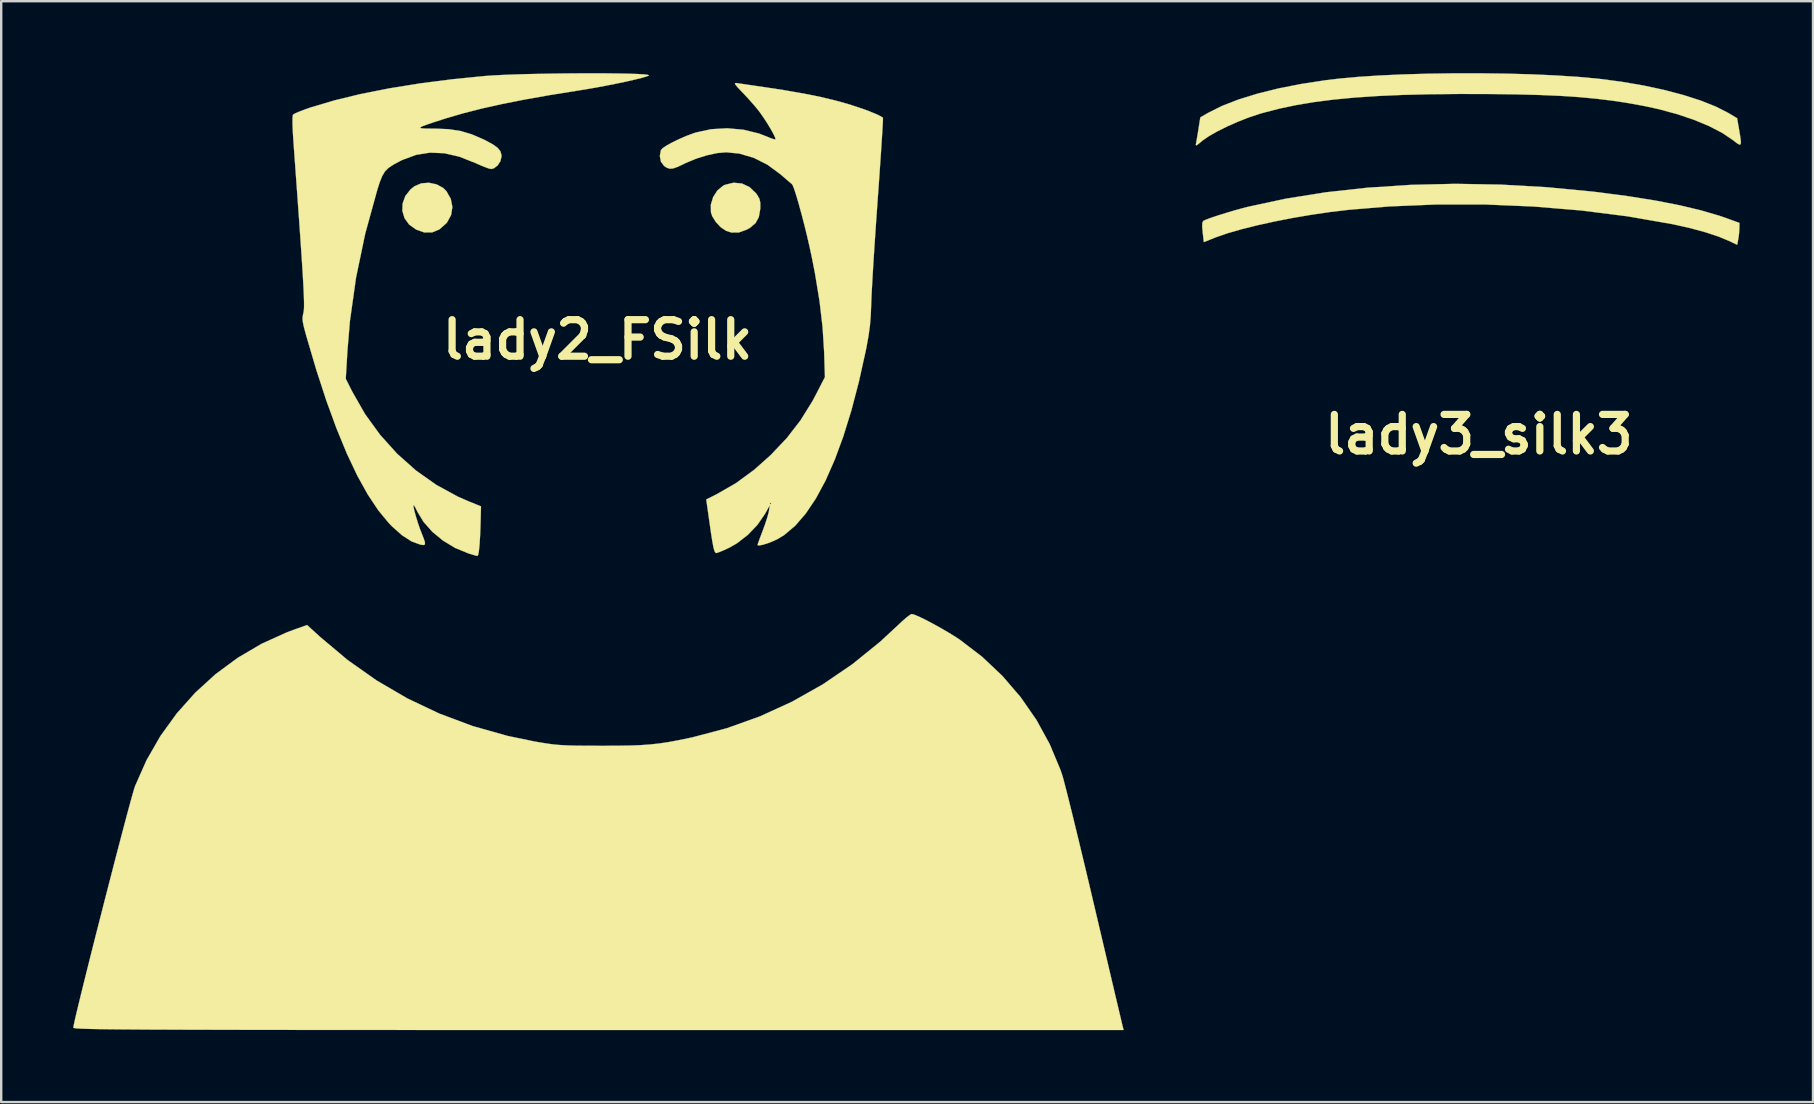
<source format=kicad_pcb>
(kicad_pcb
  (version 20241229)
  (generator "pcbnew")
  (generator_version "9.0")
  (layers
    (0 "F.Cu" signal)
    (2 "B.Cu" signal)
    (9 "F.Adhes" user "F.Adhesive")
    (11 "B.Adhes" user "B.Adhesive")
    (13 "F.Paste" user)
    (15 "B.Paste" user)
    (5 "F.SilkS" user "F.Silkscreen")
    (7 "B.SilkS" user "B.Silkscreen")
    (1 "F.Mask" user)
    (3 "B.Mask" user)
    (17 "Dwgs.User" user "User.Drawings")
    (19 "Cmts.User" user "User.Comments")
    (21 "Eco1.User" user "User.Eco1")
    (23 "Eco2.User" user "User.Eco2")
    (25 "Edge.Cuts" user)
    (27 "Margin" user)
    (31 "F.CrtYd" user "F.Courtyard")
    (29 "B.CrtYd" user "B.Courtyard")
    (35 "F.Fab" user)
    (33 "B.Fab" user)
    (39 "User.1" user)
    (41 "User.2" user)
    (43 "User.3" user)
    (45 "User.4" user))
  (footprint "lady2_FSilk"
    (layer "F.Cu")
    (at 21.849 11.105)
    (property "Reference" "lady2_FSilk" (at 0 0 0) (layer "F.SilkS") (effects (font (size 1.524 1.524) (thickness 0.3))))
    (attr through_hole)
    (fp_poly (pts (xy -6.708 -6.473) (xy -6.432 -6.323) (xy -6.297 -6.19) (xy -6.115 -5.869) (xy -6.049 -5.531) (xy -6.1 -5.199) (xy -6.266 -4.893) (xy -6.305 -4.847) (xy -6.589 -4.596) (xy -6.894 -4.47) (xy -7.22 -4.469) (xy -7.558 -4.588) (xy -7.849 -4.796) (xy -8.041 -5.062) (xy -8.132 -5.364) (xy -8.121 -5.679) (xy -8.009 -5.985) (xy -7.794 -6.261) (xy -7.625 -6.396) (xy -7.343 -6.515) (xy -7.025 -6.539) (xy -6.708 -6.473)) (stroke (width 0.01) (type solid)) (fill yes) (layer "F.SilkS"))
    (fp_poly (pts (xy 6.019 -6.508) (xy 6.336 -6.358) (xy 6.607 -6.098) (xy 6.656 -6.031) (xy 6.745 -5.874) (xy 6.783 -5.713) (xy 6.783 -5.494) (xy 6.78 -5.444) (xy 6.722 -5.111) (xy 6.588 -4.862) (xy 6.36 -4.666) (xy 6.222 -4.588) (xy 5.89 -4.468) (xy 5.581 -4.466) (xy 5.365 -4.533) (xy 5.141 -4.68) (xy 4.934 -4.898) (xy 4.781 -5.143) (xy 4.726 -5.307) (xy 4.722 -5.628) (xy 4.818 -5.943) (xy 4.994 -6.217) (xy 5.234 -6.415) (xy 5.311 -6.453) (xy 5.671 -6.541) (xy 6.019 -6.508)) (stroke (width 0.01) (type solid)) (fill yes) (layer "F.SilkS"))
    (fp_poly (pts (xy 13.21 11.462) (xy 13.412 11.548) (xy 13.678 11.678) (xy 13.984 11.839) (xy 14.309 12.019) (xy 14.63 12.206) (xy 14.926 12.389) (xy 15.1 12.504) (xy 16.029 13.215) (xy 16.875 14.015) (xy 17.631 14.896) (xy 18.291 15.847) (xy 18.845 16.858) (xy 19.288 17.92) (xy 19.36 18.129) (xy 19.405 18.282) (xy 19.475 18.548) (xy 19.57 18.915) (xy 19.685 19.374) (xy 19.818 19.913) (xy 19.966 20.521) (xy 20.127 21.188) (xy 20.299 21.903) (xy 20.478 22.654) (xy 20.661 23.431) (xy 20.691 23.558) (xy 20.872 24.327) (xy 21.045 25.062) (xy 21.208 25.754) (xy 21.358 26.394) (xy 21.494 26.971) (xy 21.613 27.476) (xy 21.713 27.899) (xy 21.792 28.231) (xy 21.846 28.461) (xy 21.874 28.58) (xy 21.877 28.591) (xy 21.921 28.765) (xy 0.039 28.765) (xy -1.954 28.765) (xy -3.823 28.765) (xy -5.573 28.765) (xy -7.208 28.765) (xy -8.731 28.764) (xy -10.146 28.764) (xy -11.457 28.763) (xy -12.669 28.762) (xy -13.784 28.76) (xy -14.807 28.759) (xy -15.742 28.757) (xy -16.592 28.755) (xy -17.361 28.753) (xy -18.053 28.75) (xy -18.673 28.748) (xy -19.223 28.744) (xy -19.708 28.741) (xy -20.132 28.737) (xy -20.498 28.733) (xy -20.811 28.728) (xy -21.073 28.723) (xy -21.29 28.717) (xy -21.465 28.711) (xy -21.601 28.705) (xy -21.703 28.698) (xy -21.774 28.69) (xy -21.818 28.682) (xy -21.84 28.674) (xy -21.844 28.668) (xy -21.828 28.572) (xy -21.783 28.364) (xy -21.712 28.057) (xy -21.617 27.662) (xy -21.502 27.189) (xy -21.369 26.652) (xy -21.221 26.061) (xy -21.062 25.427) (xy -20.894 24.763) (xy -20.72 24.08) (xy -20.544 23.39) (xy -20.367 22.703) (xy -20.194 22.032) (xy -20.027 21.387) (xy -19.868 20.782) (xy -19.722 20.226) (xy -19.59 19.731) (xy -19.476 19.31) (xy -19.383 18.974) (xy -19.313 18.733) (xy -19.27 18.6) (xy -19.27 18.6) (xy -18.794 17.526) (xy -18.214 16.516) (xy -17.536 15.577) (xy -16.768 14.715) (xy -15.918 13.939) (xy -14.992 13.256) (xy -13.999 12.672) (xy -12.945 12.195) (xy -12.671 12.093) (xy -12.102 11.89) (xy -11.56 12.385) (xy -10.414 13.348) (xy -9.203 14.202) (xy -7.929 14.946) (xy -6.593 15.58) (xy -5.198 16.102) (xy -3.746 16.511) (xy -2.631 16.742) (xy -2.324 16.795) (xy -2.059 16.836) (xy -1.813 16.868) (xy -1.565 16.89) (xy -1.29 16.905) (xy -0.968 16.915) (xy -0.575 16.919) (xy -0.088 16.921) (xy 0.191 16.922) (xy 0.819 16.92) (xy 1.346 16.912) (xy 1.798 16.895) (xy 2.202 16.866) (xy 2.582 16.825) (xy 2.965 16.767) (xy 3.376 16.69) (xy 3.843 16.593) (xy 3.969 16.566) (xy 5.391 16.19) (xy 6.773 15.695) (xy 8.108 15.084) (xy 9.391 14.36) (xy 10.616 13.526) (xy 11.779 12.585) (xy 12.483 11.932) (xy 12.697 11.731) (xy 12.886 11.568) (xy 13.027 11.462) (xy 13.094 11.43) (xy 13.21 11.462)) (stroke (width 0.01) (type solid)) (fill yes) (layer "F.SilkS"))
    (fp_poly (pts (xy 5.788 -10.694) (xy 5.903 -10.677) (xy 6.116 -10.646) (xy 6.401 -10.604) (xy 6.731 -10.556) (xy 6.858 -10.538) (xy 7.777 -10.398) (xy 8.587 -10.257) (xy 9.305 -10.112) (xy 9.949 -9.957) (xy 10.537 -9.791) (xy 11.086 -9.607) (xy 11.349 -9.509) (xy 11.585 -9.412) (xy 11.772 -9.324) (xy 11.879 -9.259) (xy 11.894 -9.242) (xy 11.894 -9.167) (xy 11.885 -8.979) (xy 11.868 -8.687) (xy 11.844 -8.304) (xy 11.814 -7.843) (xy 11.778 -7.314) (xy 11.738 -6.731) (xy 11.693 -6.104) (xy 11.672 -5.81) (xy 11.624 -5.132) (xy 11.578 -4.461) (xy 11.535 -3.816) (xy 11.497 -3.211) (xy 11.463 -2.664) (xy 11.437 -2.191) (xy 11.417 -1.809) (xy 11.406 -1.533) (xy 11.405 -1.492) (xy 11.386 -1.009) (xy 11.351 -0.583) (xy 11.293 -0.161) (xy 11.207 0.315) (xy 11.181 0.445) (xy 10.892 1.748) (xy 10.579 2.945) (xy 10.242 4.032) (xy 9.882 5.008) (xy 9.501 5.871) (xy 9.099 6.617) (xy 8.677 7.245) (xy 8.237 7.753) (xy 7.78 8.139) (xy 7.513 8.302) (xy 7.302 8.402) (xy 7.081 8.487) (xy 6.882 8.547) (xy 6.735 8.575) (xy 6.669 8.56) (xy 6.668 8.554) (xy 6.689 8.485) (xy 6.746 8.324) (xy 6.83 8.101) (xy 6.884 7.96) (xy 6.986 7.68) (xy 7.073 7.413) (xy 7.13 7.203) (xy 7.142 7.144) (xy 7.183 6.89) (xy 6.973 7.267) (xy 6.664 7.716) (xy 6.265 8.132) (xy 5.814 8.482) (xy 5.512 8.656) (xy 5.281 8.765) (xy 5.086 8.846) (xy 4.961 8.888) (xy 4.943 8.89) (xy 4.903 8.865) (xy 4.865 8.781) (xy 4.825 8.622) (xy 4.779 8.375) (xy 4.725 8.025) (xy 4.689 7.774) (xy 4.555 6.826) (xy 7.176 6.826) (xy 7.207 6.858) (xy 7.239 6.826) (xy 7.207 6.795) (xy 7.176 6.826) (xy 4.555 6.826) (xy 4.531 6.658) (xy 4.98 6.432) (xy 5.768 5.978) (xy 6.529 5.42) (xy 7.214 4.81) (xy 7.887 4.1) (xy 8.459 3.361) (xy 8.956 2.56) (xy 9.119 2.254) (xy 9.477 1.556) (xy 9.443 0.508) (xy 9.379 -0.513) (xy 9.253 -1.597) (xy 9.062 -2.76) (xy 8.918 -3.493) (xy 8.824 -3.924) (xy 8.72 -4.373) (xy 8.609 -4.821) (xy 8.497 -5.251) (xy 8.39 -5.643) (xy 8.291 -5.981) (xy 8.206 -6.246) (xy 8.14 -6.419) (xy 8.103 -6.481) (xy 8.025 -6.546) (xy 7.878 -6.671) (xy 7.69 -6.834) (xy 7.62 -6.895) (xy 7.079 -7.293) (xy 6.503 -7.582) (xy 5.907 -7.756) (xy 5.36 -7.81) (xy 4.988 -7.777) (xy 4.556 -7.683) (xy 4.105 -7.542) (xy 3.681 -7.365) (xy 3.628 -7.339) (xy 3.35 -7.206) (xy 3.152 -7.136) (xy 3.003 -7.126) (xy 2.875 -7.171) (xy 2.771 -7.244) (xy 2.641 -7.42) (xy 2.597 -7.657) (xy 2.643 -7.904) (xy 2.723 -7.988) (xy 2.898 -8.102) (xy 3.14 -8.234) (xy 3.426 -8.371) (xy 3.729 -8.501) (xy 4.024 -8.609) (xy 4.096 -8.633) (xy 4.734 -8.771) (xy 5.407 -8.81) (xy 6.081 -8.749) (xy 6.723 -8.593) (xy 7.031 -8.474) (xy 7.222 -8.396) (xy 7.362 -8.35) (xy 7.415 -8.346) (xy 7.404 -8.417) (xy 7.334 -8.567) (xy 7.221 -8.772) (xy 7.08 -9.007) (xy 6.924 -9.247) (xy 6.769 -9.468) (xy 6.686 -9.577) (xy 6.493 -9.807) (xy 6.259 -10.07) (xy 6.031 -10.314) (xy 6.018 -10.327) (xy 5.839 -10.515) (xy 5.745 -10.63) (xy 5.725 -10.685) (xy 5.771 -10.696) (xy 5.788 -10.694)) (stroke (width 0.01) (type solid)) (fill yes) (layer "F.SilkS"))
    (fp_poly (pts (xy 0.39 -11.098) (xy 0.873 -11.092) (xy 1.297 -11.084) (xy 1.649 -11.072) (xy 1.917 -11.057) (xy 2.087 -11.039) (xy 2.146 -11.017) (xy 2.144 -11.013) (xy 2.053 -10.972) (xy 1.857 -10.914) (xy 1.573 -10.843) (xy 1.22 -10.762) (xy 0.817 -10.677) (xy 0.383 -10.591) (xy -0.063 -10.507) (xy -0.502 -10.431) (xy -0.826 -10.379) (xy -1.986 -10.193) (xy -3.031 -10.008) (xy -3.972 -9.822) (xy -4.823 -9.632) (xy -5.594 -9.435) (xy -6.297 -9.23) (xy -6.462 -9.178) (xy -6.866 -9.047) (xy -7.153 -8.949) (xy -7.328 -8.881) (xy -7.394 -8.837) (xy -7.355 -8.811) (xy -7.217 -8.799) (xy -6.982 -8.795) (xy -6.77 -8.795) (xy -6.203 -8.772) (xy -5.708 -8.696) (xy -5.235 -8.555) (xy -4.734 -8.338) (xy -4.669 -8.306) (xy -4.364 -8.14) (xy -4.163 -7.995) (xy -4.048 -7.852) (xy -4.003 -7.696) (xy -4 -7.638) (xy -4.047 -7.438) (xy -4.165 -7.258) (xy -4.322 -7.139) (xy -4.433 -7.112) (xy -4.542 -7.138) (xy -4.732 -7.208) (xy -4.97 -7.308) (xy -5.093 -7.364) (xy -5.757 -7.626) (xy -6.384 -7.77) (xy -6.983 -7.795) (xy -7.561 -7.702) (xy -8.129 -7.492) (xy -8.209 -7.453) (xy -8.499 -7.299) (xy -8.708 -7.161) (xy -8.858 -7.011) (xy -8.973 -6.82) (xy -9.077 -6.559) (xy -9.172 -6.263) (xy -9.68 -4.42) (xy -10.062 -2.591) (xy -10.318 -0.776) (xy -10.42 0.448) (xy -10.491 1.627) (xy -10.222 2.163) (xy -9.687 3.1) (xy -9.059 3.966) (xy -8.35 4.753) (xy -7.567 5.45) (xy -6.722 6.048) (xy -5.823 6.539) (xy -5.394 6.727) (xy -4.856 6.944) (xy -4.874 7.647) (xy -4.89 8.11) (xy -4.912 8.488) (xy -4.939 8.772) (xy -4.97 8.951) (xy -5.004 9.014) (xy -5.005 9.014) (xy -5.085 8.994) (xy -5.246 8.946) (xy -5.399 8.898) (xy -5.936 8.676) (xy -6.438 8.372) (xy -6.884 8.005) (xy -7.248 7.594) (xy -7.491 7.194) (xy -7.578 7.021) (xy -7.644 6.91) (xy -7.669 6.886) (xy -7.669 6.96) (xy -7.634 7.124) (xy -7.573 7.349) (xy -7.495 7.603) (xy -7.409 7.858) (xy -7.336 8.047) (xy -7.237 8.301) (xy -7.189 8.458) (xy -7.197 8.537) (xy -7.26 8.558) (xy -7.382 8.539) (xy -7.382 8.539) (xy -7.752 8.404) (xy -8.145 8.151) (xy -8.566 7.777) (xy -8.689 7.65) (xy -9.133 7.113) (xy -9.574 6.451) (xy -10.012 5.661) (xy -10.445 4.746) (xy -10.874 3.705) (xy -11.3 2.539) (xy -11.721 1.248) (xy -12.138 -0.168) (xy -12.161 -0.251) (xy -12.239 -0.543) (xy -12.281 -0.748) (xy -12.292 -0.902) (xy -12.274 -1.037) (xy -12.255 -1.113) (xy -12.243 -1.174) (xy -12.234 -1.26) (xy -12.229 -1.378) (xy -12.229 -1.536) (xy -12.234 -1.74) (xy -12.244 -1.998) (xy -12.26 -2.317) (xy -12.282 -2.703) (xy -12.311 -3.165) (xy -12.347 -3.709) (xy -12.39 -4.342) (xy -12.441 -5.072) (xy -12.501 -5.906) (xy -12.569 -6.85) (xy -12.646 -7.912) (xy -12.664 -8.16) (xy -12.694 -8.614) (xy -12.709 -8.971) (xy -12.709 -9.222) (xy -12.696 -9.359) (xy -12.687 -9.378) (xy -12.605 -9.428) (xy -12.429 -9.504) (xy -12.187 -9.596) (xy -11.949 -9.679) (xy -10.97 -9.97) (xy -9.876 -10.236) (xy -8.679 -10.473) (xy -7.39 -10.681) (xy -6.019 -10.856) (xy -4.699 -10.987) (xy -4.368 -11.011) (xy -3.961 -11.032) (xy -3.493 -11.05) (xy -2.977 -11.066) (xy -2.426 -11.078) (xy -1.853 -11.088) (xy -1.271 -11.095) (xy -0.695 -11.099) (xy -0.136 -11.1) (xy 0.39 -11.098)) (stroke (width 0.01) (type solid)) (fill yes) (layer "F.SilkS")))
  (footprint "lady3_silk3"
    (layer "F.Cu")
    (at 58.576 15.053)
    (property "Reference" "lady3_silk3" (at 0 0 0) (layer "F.SilkS") (effects (font (size 1.524 1.524) (thickness 0.3))))
    (attr through_hole)
    (fp_poly (pts (xy 0.912 -10.41) (xy 2.829 -10.302) (xy 4.757 -10.117) (xy 4.953 -10.094) (xy 6.21 -9.929) (xy 7.344 -9.748) (xy 8.357 -9.551) (xy 9.252 -9.338) (xy 10.033 -9.109) (xy 10.315 -9.011) (xy 10.858 -8.814) (xy 10.855 -8.582) (xy 10.839 -8.349) (xy 10.807 -8.126) (xy 10.763 -7.902) (xy 10.446 -8.054) (xy 9.996 -8.241) (xy 9.443 -8.424) (xy 8.809 -8.597) (xy 8.119 -8.752) (xy 8.065 -8.763) (xy 6.2 -9.088) (xy 4.26 -9.333) (xy 2.271 -9.498) (xy 0.258 -9.582) (xy -1.753 -9.583) (xy -3.736 -9.501) (xy -5.429 -9.36) (xy -6.187 -9.27) (xy -6.968 -9.156) (xy -7.75 -9.023) (xy -8.513 -8.874) (xy -9.235 -8.715) (xy -9.895 -8.55) (xy -10.473 -8.384) (xy -10.947 -8.219) (xy -10.986 -8.204) (xy -11.462 -8.014) (xy -11.51 -8.432) (xy -11.531 -8.68) (xy -11.522 -8.828) (xy -11.482 -8.899) (xy -11.479 -8.901) (xy -11.359 -8.955) (xy -11.142 -9.035) (xy -10.856 -9.13) (xy -10.525 -9.233) (xy -10.178 -9.336) (xy -9.839 -9.429) (xy -9.62 -9.486) (xy -8.047 -9.824) (xy -6.383 -10.09) (xy -4.642 -10.282) (xy -2.837 -10.4) (xy -0.981 -10.443) (xy 0.912 -10.41)) (stroke (width 0.01) (type solid)) (fill yes) (layer "F.SilkS"))
    (fp_poly (pts (xy 1.151 -15.034) (xy 2.204 -15.005) (xy 3.2 -14.96) (xy 4.118 -14.901) (xy 4.934 -14.827) (xy 4.984 -14.822) (xy 5.936 -14.698) (xy 6.853 -14.541) (xy 7.721 -14.355) (xy 8.523 -14.143) (xy 9.245 -13.911) (xy 9.872 -13.662) (xy 10.388 -13.399) (xy 10.414 -13.384) (xy 10.761 -13.176) (xy 10.837 -12.732) (xy 10.891 -12.411) (xy 10.918 -12.203) (xy 10.909 -12.095) (xy 10.859 -12.075) (xy 10.761 -12.13) (xy 10.609 -12.247) (xy 10.589 -12.263) (xy 10.147 -12.561) (xy 9.596 -12.847) (xy 8.953 -13.114) (xy 8.234 -13.355) (xy 7.457 -13.563) (xy 6.921 -13.68) (xy 6.258 -13.802) (xy 5.592 -13.904) (xy 4.906 -13.988) (xy 4.182 -14.056) (xy 3.402 -14.108) (xy 2.548 -14.145) (xy 1.603 -14.17) (xy 0.572 -14.184) (xy -0.792 -14.188) (xy -2.039 -14.176) (xy -3.179 -14.148) (xy -4.221 -14.102) (xy -5.174 -14.038) (xy -6.048 -13.954) (xy -6.852 -13.852) (xy -7.596 -13.728) (xy -8.288 -13.583) (xy -8.939 -13.416) (xy -9.144 -13.357) (xy -9.583 -13.211) (xy -10.041 -13.032) (xy -10.491 -12.832) (xy -10.905 -12.626) (xy -11.256 -12.426) (xy -11.516 -12.245) (xy -11.544 -12.222) (xy -11.696 -12.094) (xy -11.774 -12.045) (xy -11.796 -12.067) (xy -11.785 -12.137) (xy -11.76 -12.274) (xy -11.723 -12.49) (xy -11.682 -12.74) (xy -11.681 -12.75) (xy -11.608 -13.212) (xy -11.281 -13.401) (xy -10.704 -13.689) (xy -10.015 -13.957) (xy -9.225 -14.201) (xy -8.349 -14.419) (xy -7.399 -14.606) (xy -6.388 -14.76) (xy -5.873 -14.822) (xy -5.066 -14.897) (xy -4.155 -14.957) (xy -3.164 -15.002) (xy -2.115 -15.032) (xy -1.031 -15.048) (xy 0.065 -15.048) (xy 1.151 -15.034)) (stroke (width 0.01) (type solid)) (fill yes) (layer "F.SilkS")))
  (gr_rect
    (start -3 -3)
    (end 72.499 42.875)
    (stroke (width 0.1) (type default))
    (fill no)
    (layer "Edge.Cuts")))
</source>
